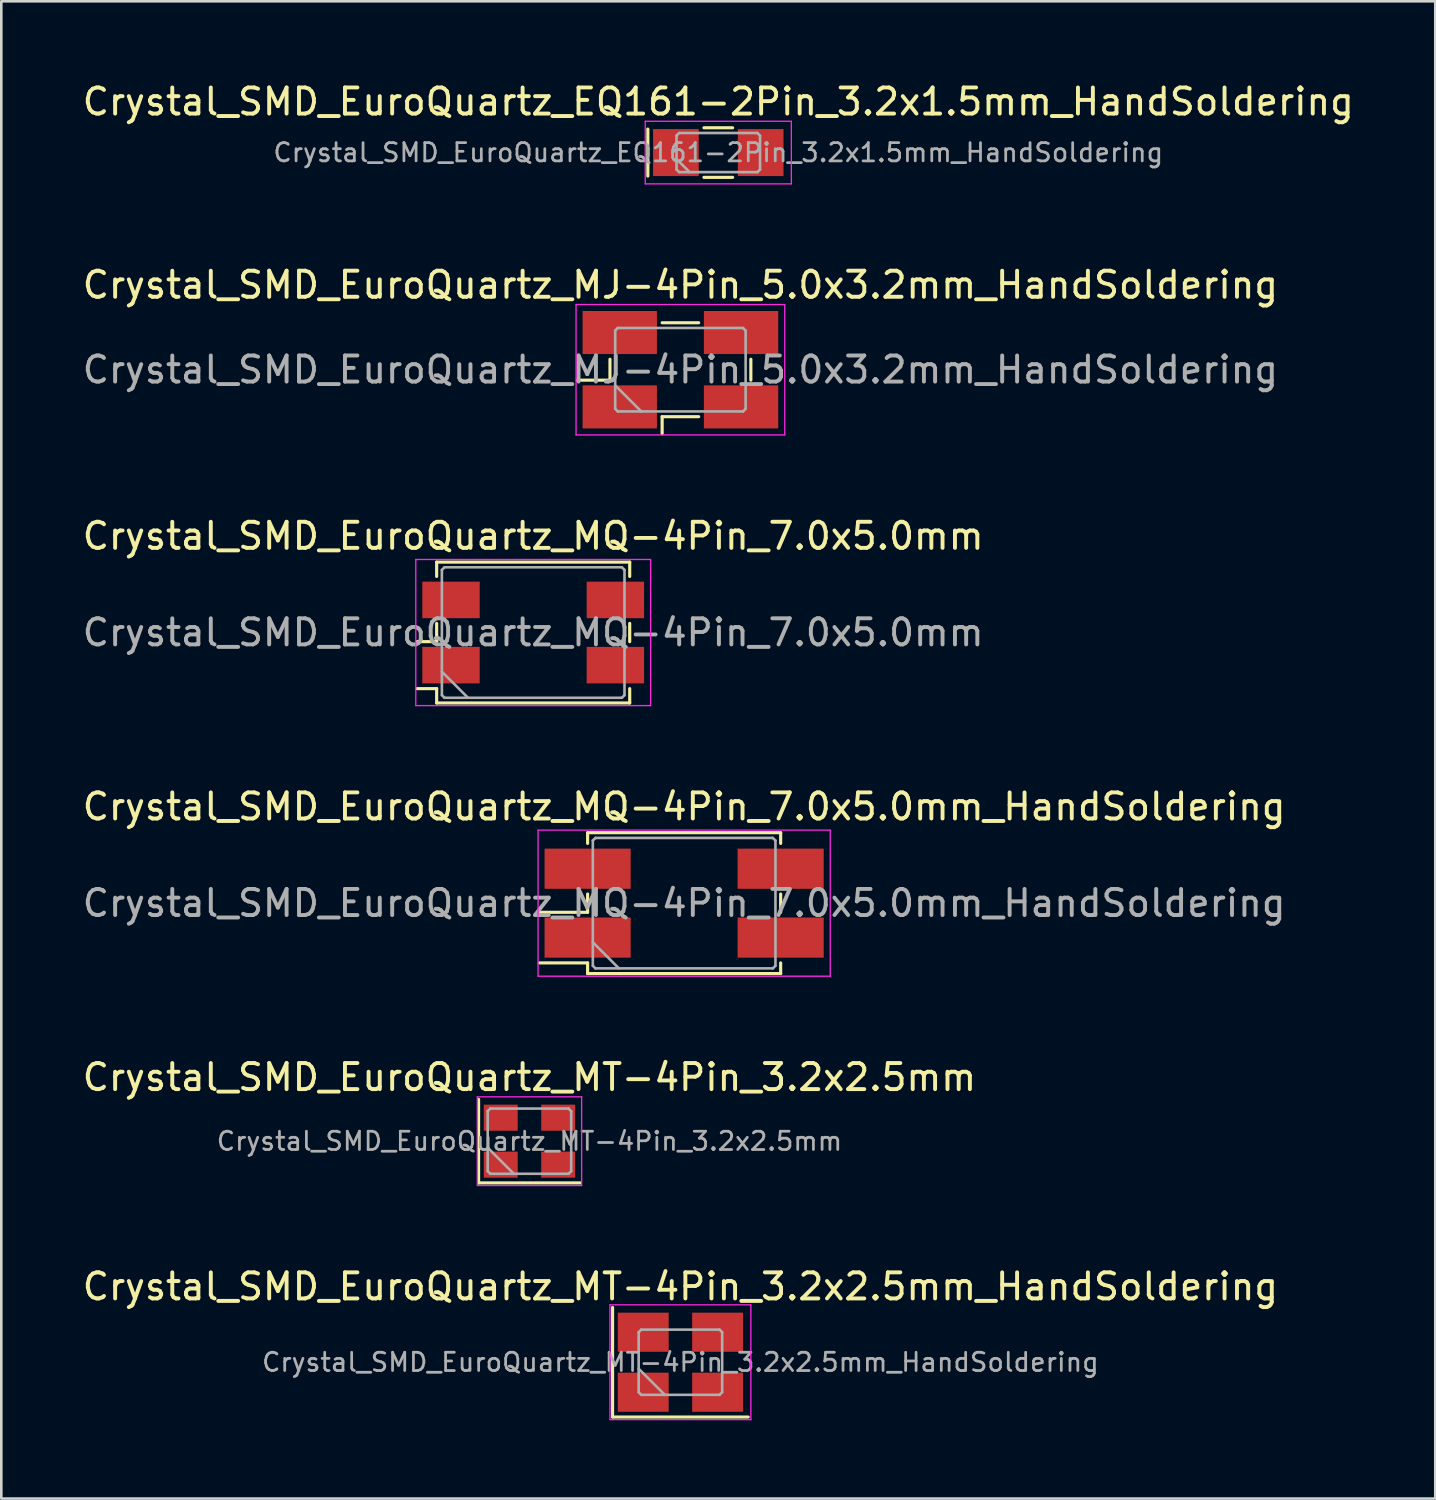
<source format=kicad_pcb>
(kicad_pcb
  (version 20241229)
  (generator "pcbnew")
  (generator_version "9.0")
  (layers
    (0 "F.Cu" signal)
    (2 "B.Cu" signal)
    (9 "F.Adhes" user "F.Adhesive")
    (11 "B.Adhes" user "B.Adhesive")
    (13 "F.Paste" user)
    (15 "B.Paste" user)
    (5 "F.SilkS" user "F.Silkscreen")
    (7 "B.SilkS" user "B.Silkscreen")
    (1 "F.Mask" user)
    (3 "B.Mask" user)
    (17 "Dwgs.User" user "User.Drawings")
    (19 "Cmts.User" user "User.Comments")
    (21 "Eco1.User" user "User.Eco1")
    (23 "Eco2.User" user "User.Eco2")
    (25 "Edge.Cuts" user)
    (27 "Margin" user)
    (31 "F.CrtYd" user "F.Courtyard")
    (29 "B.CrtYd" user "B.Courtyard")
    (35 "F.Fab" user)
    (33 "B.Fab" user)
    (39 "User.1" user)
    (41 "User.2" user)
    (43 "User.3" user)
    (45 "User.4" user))
  (footprint "Crystal_SMD_EuroQuartz_MT-4Pin_3.2x2.5mm"
    (layer "F.Cu")
    (at 17.244 40.691)
    (property "Reference" "Crystal_SMD_EuroQuartz_MT-4Pin_3.2x2.5mm" (at 0 -2.45 0) (layer "F.SilkS") (effects (font (size 1 1) (thickness 0.15))))
    (attr smd)
    (fp_line (start -1.95 -1.6) (end -1.95 1.6) (stroke (width 0.12) (type solid)) (layer "F.SilkS"))
    (fp_line (start -1.95 1.6) (end 1.95 1.6) (stroke (width 0.12) (type solid)) (layer "F.SilkS"))
    (fp_line (start -2 -1.7) (end -2 1.7) (stroke (width 0.05) (type solid)) (layer "F.CrtYd"))
    (fp_line (start -2 1.7) (end 2 1.7) (stroke (width 0.05) (type solid)) (layer "F.CrtYd"))
    (fp_line (start 2 -1.7) (end -2 -1.7) (stroke (width 0.05) (type solid)) (layer "F.CrtYd"))
    (fp_line (start 2 1.7) (end 2 -1.7) (stroke (width 0.05) (type solid)) (layer "F.CrtYd"))
    (fp_line (start -1.6 -1.15) (end -1.5 -1.25) (stroke (width 0.1) (type solid)) (layer "F.Fab"))
    (fp_line (start -1.6 0.25) (end -0.6 1.25) (stroke (width 0.1) (type solid)) (layer "F.Fab"))
    (fp_line (start -1.6 1.15) (end -1.6 -1.15) (stroke (width 0.1) (type solid)) (layer "F.Fab"))
    (fp_line (start -1.5 -1.25) (end 1.5 -1.25) (stroke (width 0.1) (type solid)) (layer "F.Fab"))
    (fp_line (start -1.5 1.25) (end -1.6 1.15) (stroke (width 0.1) (type solid)) (layer "F.Fab"))
    (fp_line (start 1.5 -1.25) (end 1.6 -1.15) (stroke (width 0.1) (type solid)) (layer "F.Fab"))
    (fp_line (start 1.5 1.25) (end -1.5 1.25) (stroke (width 0.1) (type solid)) (layer "F.Fab"))
    (fp_line (start 1.6 -1.15) (end 1.6 1.15) (stroke (width 0.1) (type solid)) (layer "F.Fab"))
    (fp_line (start 1.6 1.15) (end 1.5 1.25) (stroke (width 0.1) (type solid)) (layer "F.Fab"))
    (fp_text user "${REFERENCE}" (at 0 0 0) (layer "F.Fab") (effects (font (size 0.7 0.7) (thickness 0.105))))
    (pad "1" smd rect (at -1.1 0.9) (size 1.3 1) (layers "F.Cu" "F.Mask" "F.Paste"))
    (pad "2" smd rect (at 1.1 0.9) (size 1.3 1) (layers "F.Cu" "F.Mask" "F.Paste"))
    (pad "3" smd rect (at 1.1 -0.9) (size 1.3 1) (layers "F.Cu" "F.Mask" "F.Paste"))
    (pad "4" smd rect (at -1.1 -0.9) (size 1.3 1) (layers "F.Cu" "F.Mask" "F.Paste")))
  (footprint "Crystal_SMD_EuroQuartz_MT-4Pin_3.2x2.5mm_HandSoldering"
    (layer "F.Cu")
    (at 23.03 49.164)
    (property "Reference" "Crystal_SMD_EuroQuartz_MT-4Pin_3.2x2.5mm_HandSoldering" (at 0 -2.9 0) (layer "F.SilkS") (effects (font (size 1 1) (thickness 0.15))))
    (attr smd)
    (fp_line (start -2.6 -2.1) (end -2.6 2.1) (stroke (width 0.12) (type solid)) (layer "F.SilkS"))
    (fp_line (start -2.6 2.1) (end 2.6 2.1) (stroke (width 0.12) (type solid)) (layer "F.SilkS"))
    (fp_line (start -2.7 -2.2) (end -2.7 2.2) (stroke (width 0.05) (type solid)) (layer "F.CrtYd"))
    (fp_line (start -2.7 2.2) (end 2.7 2.2) (stroke (width 0.05) (type solid)) (layer "F.CrtYd"))
    (fp_line (start 2.7 -2.2) (end -2.7 -2.2) (stroke (width 0.05) (type solid)) (layer "F.CrtYd"))
    (fp_line (start 2.7 2.2) (end 2.7 -2.2) (stroke (width 0.05) (type solid)) (layer "F.CrtYd"))
    (fp_line (start -1.6 -1.15) (end -1.5 -1.25) (stroke (width 0.1) (type solid)) (layer "F.Fab"))
    (fp_line (start -1.6 0.25) (end -0.6 1.25) (stroke (width 0.1) (type solid)) (layer "F.Fab"))
    (fp_line (start -1.6 1.15) (end -1.6 -1.15) (stroke (width 0.1) (type solid)) (layer "F.Fab"))
    (fp_line (start -1.5 -1.25) (end 1.5 -1.25) (stroke (width 0.1) (type solid)) (layer "F.Fab"))
    (fp_line (start -1.5 1.25) (end -1.6 1.15) (stroke (width 0.1) (type solid)) (layer "F.Fab"))
    (fp_line (start 1.5 -1.25) (end 1.6 -1.15) (stroke (width 0.1) (type solid)) (layer "F.Fab"))
    (fp_line (start 1.5 1.25) (end -1.5 1.25) (stroke (width 0.1) (type solid)) (layer "F.Fab"))
    (fp_line (start 1.6 -1.15) (end 1.6 1.15) (stroke (width 0.1) (type solid)) (layer "F.Fab"))
    (fp_line (start 1.6 1.15) (end 1.5 1.25) (stroke (width 0.1) (type solid)) (layer "F.Fab"))
    (fp_text user "${REFERENCE}" (at 0 0 0) (layer "F.Fab") (effects (font (size 0.7 0.7) (thickness 0.105))))
    (pad "1" smd rect (at -1.425 1.15) (size 1.95 1.5) (layers "F.Cu" "F.Mask" "F.Paste"))
    (pad "2" smd rect (at 1.425 1.15) (size 1.95 1.5) (layers "F.Cu" "F.Mask" "F.Paste"))
    (pad "3" smd rect (at 1.425 -1.15) (size 1.95 1.5) (layers "F.Cu" "F.Mask" "F.Paste"))
    (pad "4" smd rect (at -1.425 -1.15) (size 1.95 1.5) (layers "F.Cu" "F.Mask" "F.Paste")))
  (footprint "Crystal_SMD_EuroQuartz_EQ161-2Pin_3.2x1.5mm_HandSoldering"
    (layer "F.Cu")
    (at 24.482 2.798)
    (property "Reference" "Crystal_SMD_EuroQuartz_EQ161-2Pin_3.2x1.5mm_HandSoldering" (at 0 -1.95 0) (layer "F.SilkS") (effects (font (size 1 1) (thickness 0.15))))
    (attr smd)
    (fp_line (start -2.7 -0.9) (end -2.7 0.9) (stroke (width 0.12) (type solid)) (layer "F.SilkS"))
    (fp_line (start -0.55 -0.95) (end 0.55 -0.95) (stroke (width 0.12) (type solid)) (layer "F.SilkS"))
    (fp_line (start -0.55 0.95) (end 0.55 0.95) (stroke (width 0.12) (type solid)) (layer "F.SilkS"))
    (fp_line (start -2.8 -1.2) (end -2.8 1.2) (stroke (width 0.05) (type solid)) (layer "F.CrtYd"))
    (fp_line (start -2.8 1.2) (end 2.8 1.2) (stroke (width 0.05) (type solid)) (layer "F.CrtYd"))
    (fp_line (start 2.8 -1.2) (end -2.8 -1.2) (stroke (width 0.05) (type solid)) (layer "F.CrtYd"))
    (fp_line (start 2.8 1.2) (end 2.8 -1.2) (stroke (width 0.05) (type solid)) (layer "F.CrtYd"))
    (fp_line (start -1.6 -0.65) (end -1.5 -0.75) (stroke (width 0.1) (type solid)) (layer "F.Fab"))
    (fp_line (start -1.6 0.25) (end -1.1 0.75) (stroke (width 0.1) (type solid)) (layer "F.Fab"))
    (fp_line (start -1.6 0.65) (end -1.6 -0.65) (stroke (width 0.1) (type solid)) (layer "F.Fab"))
    (fp_line (start -1.5 -0.75) (end 1.5 -0.75) (stroke (width 0.1) (type solid)) (layer "F.Fab"))
    (fp_line (start -1.5 0.75) (end -1.6 0.65) (stroke (width 0.1) (type solid)) (layer "F.Fab"))
    (fp_line (start 1.5 -0.75) (end 1.6 -0.65) (stroke (width 0.1) (type solid)) (layer "F.Fab"))
    (fp_line (start 1.5 0.75) (end -1.5 0.75) (stroke (width 0.1) (type solid)) (layer "F.Fab"))
    (fp_line (start 1.6 -0.65) (end 1.6 0.65) (stroke (width 0.1) (type solid)) (layer "F.Fab"))
    (fp_line (start 1.6 0.65) (end 1.5 0.75) (stroke (width 0.1) (type solid)) (layer "F.Fab"))
    (fp_text user "${REFERENCE}" (at 0 0 0) (layer "F.Fab") (effects (font (size 0.7 0.7) (thickness 0.105))))
    (pad "1" smd rect (at -1.625 0) (size 1.75 1.8) (layers "F.Cu" "F.Mask" "F.Paste"))
    (pad "2" smd rect (at 1.625 0) (size 1.75 1.8) (layers "F.Cu" "F.Mask" "F.Paste")))
  (footprint "Crystal_SMD_EuroQuartz_MJ-4Pin_5.0x3.2mm_HandSoldering"
    (layer "F.Cu")
    (at 23.03 11.121)
    (property "Reference" "Crystal_SMD_EuroQuartz_MJ-4Pin_5.0x3.2mm_HandSoldering" (at 0 -3.25 0) (layer "F.SilkS") (effects (font (size 1 1) (thickness 0.15))))
    (attr smd)
    (fp_line (start -3.95 0.4) (end -2.7 0.4) (stroke (width 0.12) (type solid)) (layer "F.SilkS"))
    (fp_line (start -2.7 0.4) (end -2.7 -0.4) (stroke (width 0.12) (type solid)) (layer "F.SilkS"))
    (fp_line (start -0.7 -1.8) (end 0.7 -1.8) (stroke (width 0.12) (type solid)) (layer "F.SilkS"))
    (fp_line (start -0.7 1.8) (end -0.7 2.45) (stroke (width 0.12) (type solid)) (layer "F.SilkS"))
    (fp_line (start 0.7 1.8) (end -0.7 1.8) (stroke (width 0.12) (type solid)) (layer "F.SilkS"))
    (fp_line (start 2.7 -0.4) (end 2.7 0.4) (stroke (width 0.12) (type solid)) (layer "F.SilkS"))
    (fp_line (start -4 -2.5) (end -4 2.5) (stroke (width 0.05) (type solid)) (layer "F.CrtYd"))
    (fp_line (start -4 2.5) (end 4 2.5) (stroke (width 0.05) (type solid)) (layer "F.CrtYd"))
    (fp_line (start 4 -2.5) (end -4 -2.5) (stroke (width 0.05) (type solid)) (layer "F.CrtYd"))
    (fp_line (start 4 2.5) (end 4 -2.5) (stroke (width 0.05) (type solid)) (layer "F.CrtYd"))
    (fp_line (start -2.5 -1.5) (end -2.4 -1.6) (stroke (width 0.1) (type solid)) (layer "F.Fab"))
    (fp_line (start -2.5 0.6) (end -1.5 1.6) (stroke (width 0.1) (type solid)) (layer "F.Fab"))
    (fp_line (start -2.5 1.5) (end -2.5 -1.5) (stroke (width 0.1) (type solid)) (layer "F.Fab"))
    (fp_line (start -2.4 -1.6) (end 2.4 -1.6) (stroke (width 0.1) (type solid)) (layer "F.Fab"))
    (fp_line (start -2.4 1.6) (end -2.5 1.5) (stroke (width 0.1) (type solid)) (layer "F.Fab"))
    (fp_line (start 2.4 -1.6) (end 2.5 -1.5) (stroke (width 0.1) (type solid)) (layer "F.Fab"))
    (fp_line (start 2.4 1.6) (end -2.4 1.6) (stroke (width 0.1) (type solid)) (layer "F.Fab"))
    (fp_line (start 2.5 -1.5) (end 2.5 1.5) (stroke (width 0.1) (type solid)) (layer "F.Fab"))
    (fp_line (start 2.5 1.5) (end 2.4 1.6) (stroke (width 0.1) (type solid)) (layer "F.Fab"))
    (fp_text user "${REFERENCE}" (at 0 0 0) (layer "F.Fab") (effects (font (size 1 1) (thickness 0.15))))
    (pad "1" smd rect (at -2.325 1.425) (size 2.85 1.65) (layers "F.Cu" "F.Mask" "F.Paste"))
    (pad "2" smd rect (at 2.325 1.425) (size 2.85 1.65) (layers "F.Cu" "F.Mask" "F.Paste"))
    (pad "3" smd rect (at 2.325 -1.425) (size 2.85 1.65) (layers "F.Cu" "F.Mask" "F.Paste"))
    (pad "4" smd rect (at -2.325 -1.425) (size 2.85 1.65) (layers "F.Cu" "F.Mask" "F.Paste")))
  (footprint "Crystal_SMD_EuroQuartz_MQ-4Pin_7.0x5.0mm"
    (layer "F.Cu")
    (at 17.387 21.195)
    (property "Reference" "Crystal_SMD_EuroQuartz_MQ-4Pin_7.0x5.0mm" (at 0 -3.7 0) (layer "F.SilkS") (effects (font (size 1 1) (thickness 0.15))))
    (attr smd)
    (fp_line (start -4.45 0.35) (end -3.7 0.35) (stroke (width 0.12) (type solid)) (layer "F.SilkS"))
    (fp_line (start -4.45 2.15) (end -3.7 2.15) (stroke (width 0.12) (type solid)) (layer "F.SilkS"))
    (fp_line (start -3.7 -2.7) (end 3.7 -2.7) (stroke (width 0.12) (type solid)) (layer "F.SilkS"))
    (fp_line (start -3.7 -2.15) (end -3.7 -2.7) (stroke (width 0.12) (type solid)) (layer "F.SilkS"))
    (fp_line (start -3.7 0.35) (end -3.7 -0.35) (stroke (width 0.12) (type solid)) (layer "F.SilkS"))
    (fp_line (start -3.7 2.15) (end -3.7 2.7) (stroke (width 0.12) (type solid)) (layer "F.SilkS"))
    (fp_line (start -3.7 2.7) (end 3.7 2.7) (stroke (width 0.12) (type solid)) (layer "F.SilkS"))
    (fp_line (start 3.7 -2.7) (end 3.7 -2.15) (stroke (width 0.12) (type solid)) (layer "F.SilkS"))
    (fp_line (start 3.7 -0.35) (end 3.7 0.35) (stroke (width 0.12) (type solid)) (layer "F.SilkS"))
    (fp_line (start 3.7 2.7) (end 3.7 2.15) (stroke (width 0.12) (type solid)) (layer "F.SilkS"))
    (fp_line (start -4.5 -2.8) (end -4.5 2.8) (stroke (width 0.05) (type solid)) (layer "F.CrtYd"))
    (fp_line (start -4.5 2.8) (end 4.5 2.8) (stroke (width 0.05) (type solid)) (layer "F.CrtYd"))
    (fp_line (start 4.5 -2.8) (end -4.5 -2.8) (stroke (width 0.05) (type solid)) (layer "F.CrtYd"))
    (fp_line (start 4.5 2.8) (end 4.5 -2.8) (stroke (width 0.05) (type solid)) (layer "F.CrtYd"))
    (fp_line (start -3.5 -2.4) (end -3.4 -2.5) (stroke (width 0.1) (type solid)) (layer "F.Fab"))
    (fp_line (start -3.5 1.5) (end -2.5 2.5) (stroke (width 0.1) (type solid)) (layer "F.Fab"))
    (fp_line (start -3.5 2.4) (end -3.5 -2.4) (stroke (width 0.1) (type solid)) (layer "F.Fab"))
    (fp_line (start -3.4 -2.5) (end 3.4 -2.5) (stroke (width 0.1) (type solid)) (layer "F.Fab"))
    (fp_line (start -3.4 2.5) (end -3.5 2.4) (stroke (width 0.1) (type solid)) (layer "F.Fab"))
    (fp_line (start 3.4 -2.5) (end 3.5 -2.4) (stroke (width 0.1) (type solid)) (layer "F.Fab"))
    (fp_line (start 3.4 2.5) (end -3.4 2.5) (stroke (width 0.1) (type solid)) (layer "F.Fab"))
    (fp_line (start 3.5 -2.4) (end 3.5 2.4) (stroke (width 0.1) (type solid)) (layer "F.Fab"))
    (fp_line (start 3.5 2.4) (end 3.4 2.5) (stroke (width 0.1) (type solid)) (layer "F.Fab"))
    (fp_text user "${REFERENCE}" (at 0 0 0) (layer "F.Fab") (effects (font (size 1 1) (thickness 0.15))))
    (pad "1" smd rect (at -3.15 1.25) (size 2.2 1.4) (layers "F.Cu" "F.Mask" "F.Paste"))
    (pad "2" smd rect (at 3.15 1.25) (size 2.2 1.4) (layers "F.Cu" "F.Mask" "F.Paste"))
    (pad "3" smd rect (at 3.15 -1.25) (size 2.2 1.4) (layers "F.Cu" "F.Mask" "F.Paste"))
    (pad "4" smd rect (at -3.15 -1.25) (size 2.2 1.4) (layers "F.Cu" "F.Mask" "F.Paste")))
  (footprint "Crystal_SMD_EuroQuartz_MQ-4Pin_7.0x5.0mm_HandSoldering"
    (layer "F.Cu")
    (at 23.173 31.568)
    (property "Reference" "Crystal_SMD_EuroQuartz_MQ-4Pin_7.0x5.0mm_HandSoldering" (at 0 -3.7 0) (layer "F.SilkS") (effects (font (size 1 1) (thickness 0.15))))
    (attr smd)
    (fp_line (start -5.55 0.35) (end -3.7 0.35) (stroke (width 0.12) (type solid)) (layer "F.SilkS"))
    (fp_line (start -5.55 2.29) (end -3.7 2.29) (stroke (width 0.12) (type solid)) (layer "F.SilkS"))
    (fp_line (start -3.7 -2.7) (end 3.7 -2.7) (stroke (width 0.12) (type solid)) (layer "F.SilkS"))
    (fp_line (start -3.7 -2.29) (end -3.7 -2.7) (stroke (width 0.12) (type solid)) (layer "F.SilkS"))
    (fp_line (start -3.7 0.35) (end -3.7 -0.35) (stroke (width 0.12) (type solid)) (layer "F.SilkS"))
    (fp_line (start -3.7 2.29) (end -3.7 2.7) (stroke (width 0.12) (type solid)) (layer "F.SilkS"))
    (fp_line (start -3.7 2.7) (end 3.7 2.7) (stroke (width 0.12) (type solid)) (layer "F.SilkS"))
    (fp_line (start 3.7 -2.7) (end 3.7 -2.29) (stroke (width 0.12) (type solid)) (layer "F.SilkS"))
    (fp_line (start 3.7 -0.35) (end 3.7 0.35) (stroke (width 0.12) (type solid)) (layer "F.SilkS"))
    (fp_line (start 3.7 2.7) (end 3.7 2.29) (stroke (width 0.12) (type solid)) (layer "F.SilkS"))
    (fp_line (start -5.6 -2.8) (end -5.6 2.8) (stroke (width 0.05) (type solid)) (layer "F.CrtYd"))
    (fp_line (start -5.6 2.8) (end 5.6 2.8) (stroke (width 0.05) (type solid)) (layer "F.CrtYd"))
    (fp_line (start 5.6 -2.8) (end -5.6 -2.8) (stroke (width 0.05) (type solid)) (layer "F.CrtYd"))
    (fp_line (start 5.6 2.8) (end 5.6 -2.8) (stroke (width 0.05) (type solid)) (layer "F.CrtYd"))
    (fp_line (start -3.5 -2.4) (end -3.4 -2.5) (stroke (width 0.1) (type solid)) (layer "F.Fab"))
    (fp_line (start -3.5 1.5) (end -2.5 2.5) (stroke (width 0.1) (type solid)) (layer "F.Fab"))
    (fp_line (start -3.5 2.4) (end -3.5 -2.4) (stroke (width 0.1) (type solid)) (layer "F.Fab"))
    (fp_line (start -3.4 -2.5) (end 3.4 -2.5) (stroke (width 0.1) (type solid)) (layer "F.Fab"))
    (fp_line (start -3.4 2.5) (end -3.5 2.4) (stroke (width 0.1) (type solid)) (layer "F.Fab"))
    (fp_line (start 3.4 -2.5) (end 3.5 -2.4) (stroke (width 0.1) (type solid)) (layer "F.Fab"))
    (fp_line (start 3.4 2.5) (end -3.4 2.5) (stroke (width 0.1) (type solid)) (layer "F.Fab"))
    (fp_line (start 3.5 -2.4) (end 3.5 2.4) (stroke (width 0.1) (type solid)) (layer "F.Fab"))
    (fp_line (start 3.5 2.4) (end 3.4 2.5) (stroke (width 0.1) (type solid)) (layer "F.Fab"))
    (fp_text user "${REFERENCE}" (at 0 0 0) (layer "F.Fab") (effects (font (size 1 1) (thickness 0.15))))
    (pad "1" smd rect (at -3.7 1.32) (size 3.3 1.54) (layers "F.Cu" "F.Mask" "F.Paste"))
    (pad "2" smd rect (at 3.7 1.32) (size 3.3 1.54) (layers "F.Cu" "F.Mask" "F.Paste"))
    (pad "3" smd rect (at 3.7 -1.32) (size 3.3 1.54) (layers "F.Cu" "F.Mask" "F.Paste"))
    (pad "4" smd rect (at -3.7 -1.32) (size 3.3 1.54) (layers "F.Cu" "F.Mask" "F.Paste")))
  (gr_rect
    (start -3 -3)
    (end 51.964 54.389)
    (stroke (width 0.1) (type default))
    (fill no)
    (layer "Edge.Cuts")))
</source>
